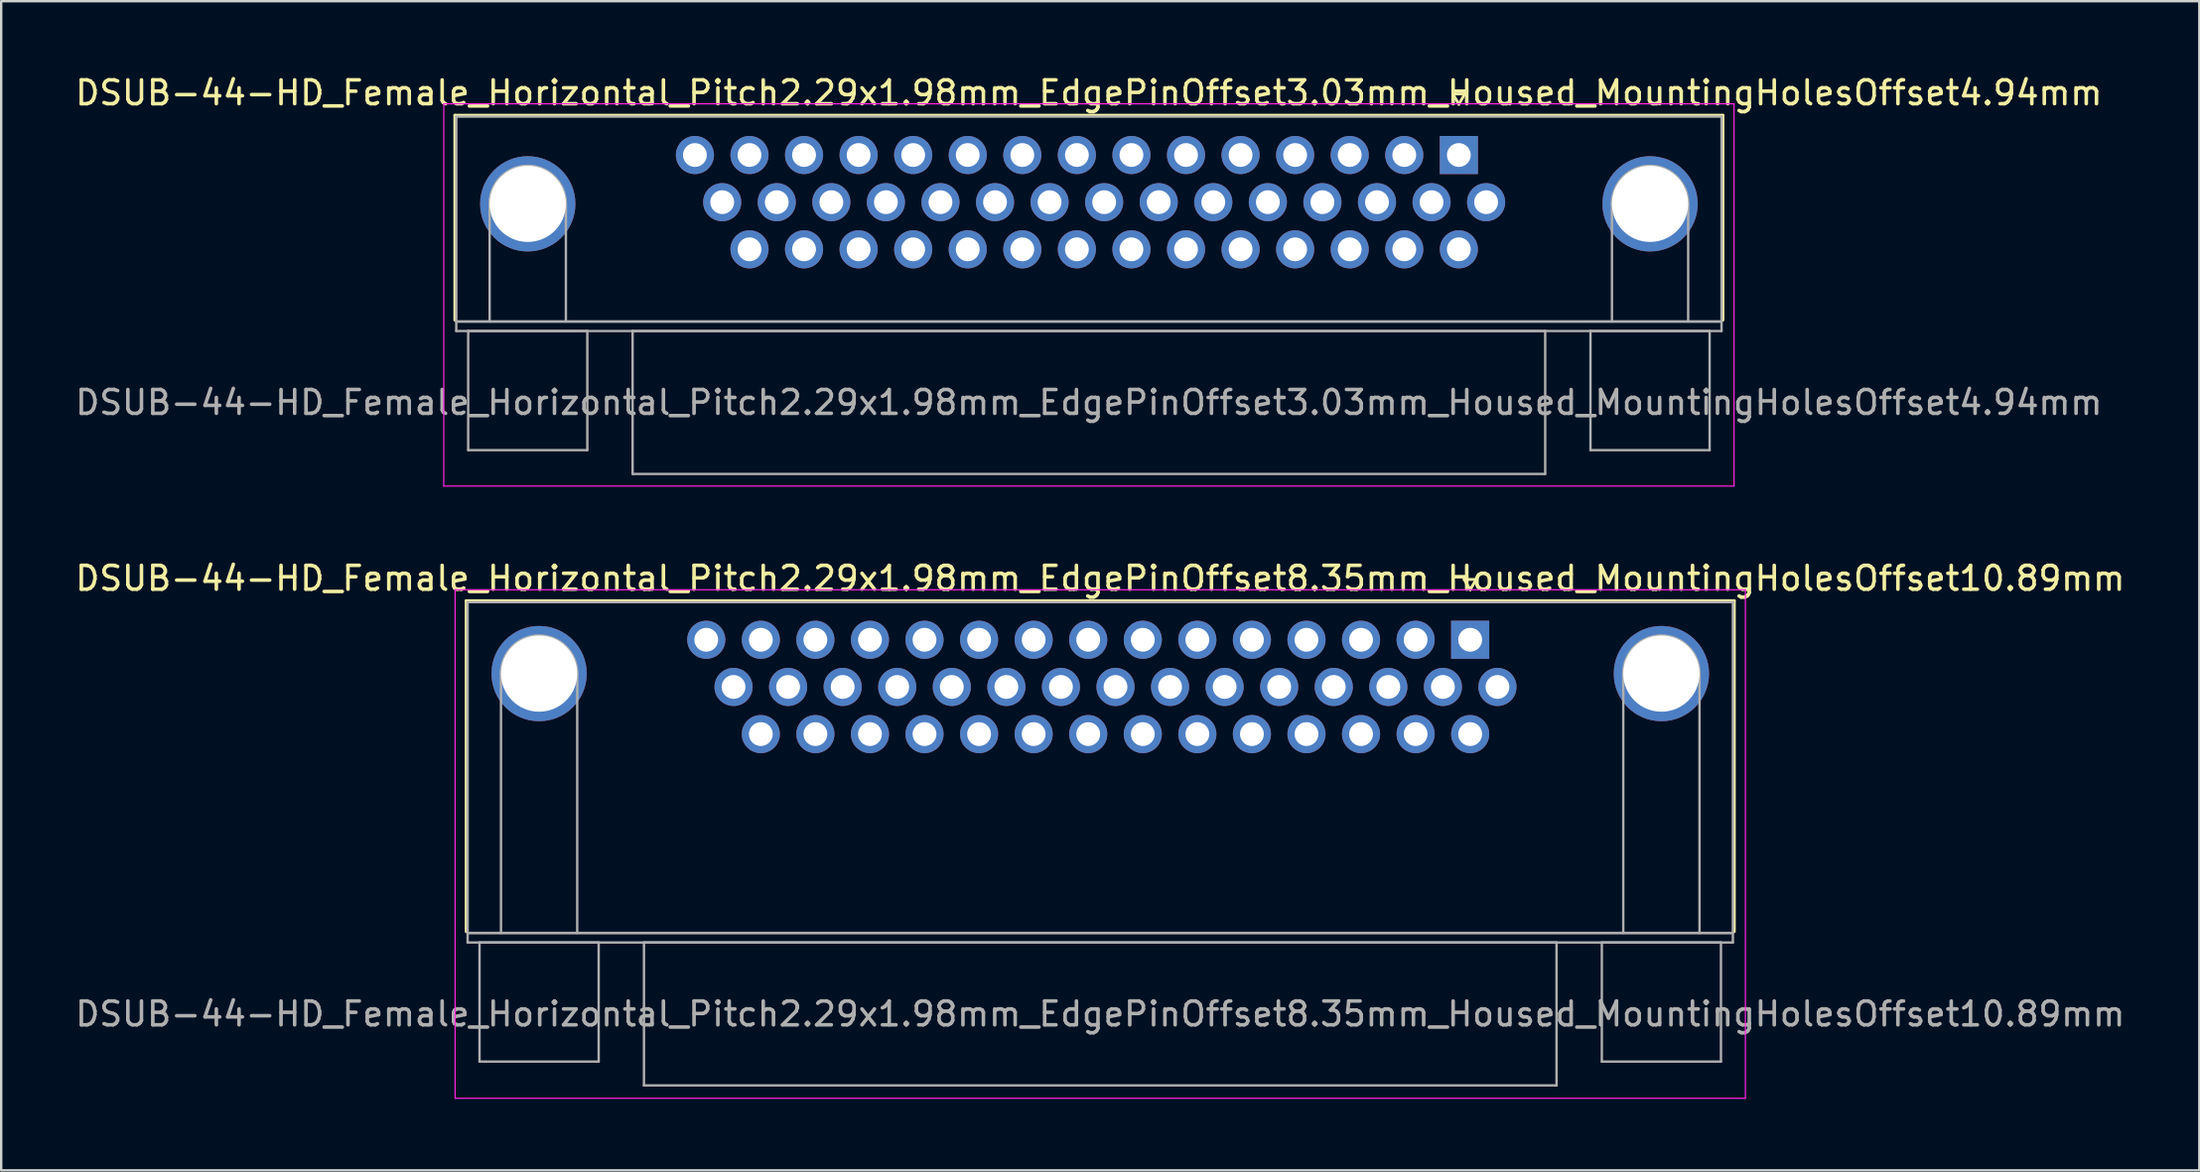
<source format=kicad_pcb>
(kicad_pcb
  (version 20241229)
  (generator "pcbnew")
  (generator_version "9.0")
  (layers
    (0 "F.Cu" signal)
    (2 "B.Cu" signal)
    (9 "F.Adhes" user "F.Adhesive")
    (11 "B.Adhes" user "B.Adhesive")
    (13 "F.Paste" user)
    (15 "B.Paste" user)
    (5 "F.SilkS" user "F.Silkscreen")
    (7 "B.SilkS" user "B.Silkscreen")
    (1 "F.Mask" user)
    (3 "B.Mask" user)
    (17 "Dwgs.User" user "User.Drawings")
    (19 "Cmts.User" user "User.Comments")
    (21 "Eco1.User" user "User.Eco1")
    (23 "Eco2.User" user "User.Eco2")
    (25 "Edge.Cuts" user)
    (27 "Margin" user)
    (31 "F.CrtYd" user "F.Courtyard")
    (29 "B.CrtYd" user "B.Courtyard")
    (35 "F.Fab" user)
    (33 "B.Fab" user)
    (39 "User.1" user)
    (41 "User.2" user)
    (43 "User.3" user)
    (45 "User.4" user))
  (footprint "DSUB-44-HD_Female_Horizontal_Pitch2.29x1.98mm_EdgePinOffset3.03mm_Housed_MountingHolesOffset4.94mm"
    (layer "F.Cu")
    (at 58.174 3.458)
    (property "Reference" "DSUB-44-HD_Female_Horizontal_Pitch2.29x1.98mm_EdgePinOffset3.03mm_Housed_MountingHolesOffset4.94mm" (at -15.525 -2.61 0) (layer "F.SilkS") (effects (font (size 1 1) (thickness 0.15))))
    (attr through_hole)
    (fp_line (start -42.135 -1.67) (end 11.085 -1.67) (stroke (width 0.12) (type solid)) (layer "F.SilkS"))
    (fp_line (start -42.135 6.93) (end -42.135 -1.67) (stroke (width 0.12) (type solid)) (layer "F.SilkS"))
    (fp_line (start -0.25 -2.564) (end 0.25 -2.564) (stroke (width 0.12) (type solid)) (layer "F.SilkS"))
    (fp_line (start 0 -2.131) (end -0.25 -2.564) (stroke (width 0.12) (type solid)) (layer "F.SilkS"))
    (fp_line (start 0.25 -2.564) (end 0 -2.131) (stroke (width 0.12) (type solid)) (layer "F.SilkS"))
    (fp_line (start 11.085 -1.67) (end 11.085 6.93) (stroke (width 0.12) (type solid)) (layer "F.SilkS"))
    (fp_line (start -42.6 -2.15) (end -42.6 13.9) (stroke (width 0.05) (type solid)) (layer "F.CrtYd"))
    (fp_line (start -42.6 13.9) (end 11.55 13.9) (stroke (width 0.05) (type solid)) (layer "F.CrtYd"))
    (fp_line (start 11.55 -2.15) (end -42.6 -2.15) (stroke (width 0.05) (type solid)) (layer "F.CrtYd"))
    (fp_line (start 11.55 13.9) (end 11.55 -2.15) (stroke (width 0.05) (type solid)) (layer "F.CrtYd"))
    (fp_line (start -42.075 -1.61) (end -42.075 6.99) (stroke (width 0.1) (type solid)) (layer "F.Fab"))
    (fp_line (start -42.075 6.99) (end -42.075 7.39) (stroke (width 0.1) (type solid)) (layer "F.Fab"))
    (fp_line (start -42.075 6.99) (end 11.025 6.99) (stroke (width 0.1) (type solid)) (layer "F.Fab"))
    (fp_line (start -42.075 7.39) (end 11.025 7.39) (stroke (width 0.1) (type solid)) (layer "F.Fab"))
    (fp_line (start -41.575 7.39) (end -41.575 12.39) (stroke (width 0.1) (type solid)) (layer "F.Fab"))
    (fp_line (start -41.575 12.39) (end -36.575 12.39) (stroke (width 0.1) (type solid)) (layer "F.Fab"))
    (fp_line (start -40.675 6.99) (end -40.675 2.05) (stroke (width 0.1) (type solid)) (layer "F.Fab"))
    (fp_line (start -37.475 6.99) (end -37.475 2.05) (stroke (width 0.1) (type solid)) (layer "F.Fab"))
    (fp_line (start -36.575 7.39) (end -41.575 7.39) (stroke (width 0.1) (type solid)) (layer "F.Fab"))
    (fp_line (start -36.575 12.39) (end -36.575 7.39) (stroke (width 0.1) (type solid)) (layer "F.Fab"))
    (fp_line (start -34.675 7.39) (end -34.675 13.39) (stroke (width 0.1) (type solid)) (layer "F.Fab"))
    (fp_line (start -34.675 13.39) (end 3.625 13.39) (stroke (width 0.1) (type solid)) (layer "F.Fab"))
    (fp_line (start 3.625 7.39) (end -34.675 7.39) (stroke (width 0.1) (type solid)) (layer "F.Fab"))
    (fp_line (start 3.625 13.39) (end 3.625 7.39) (stroke (width 0.1) (type solid)) (layer "F.Fab"))
    (fp_line (start 5.525 7.39) (end 5.525 12.39) (stroke (width 0.1) (type solid)) (layer "F.Fab"))
    (fp_line (start 5.525 12.39) (end 10.525 12.39) (stroke (width 0.1) (type solid)) (layer "F.Fab"))
    (fp_line (start 6.425 6.99) (end 6.425 2.05) (stroke (width 0.1) (type solid)) (layer "F.Fab"))
    (fp_line (start 9.625 6.99) (end 9.625 2.05) (stroke (width 0.1) (type solid)) (layer "F.Fab"))
    (fp_line (start 10.525 7.39) (end 5.525 7.39) (stroke (width 0.1) (type solid)) (layer "F.Fab"))
    (fp_line (start 10.525 12.39) (end 10.525 7.39) (stroke (width 0.1) (type solid)) (layer "F.Fab"))
    (fp_line (start 11.025 -1.61) (end -42.075 -1.61) (stroke (width 0.1) (type solid)) (layer "F.Fab"))
    (fp_line (start 11.025 6.99) (end -42.075 6.99) (stroke (width 0.1) (type solid)) (layer "F.Fab"))
    (fp_line (start 11.025 6.99) (end 11.025 -1.61) (stroke (width 0.1) (type solid)) (layer "F.Fab"))
    (fp_line (start 11.025 7.39) (end 11.025 6.99) (stroke (width 0.1) (type solid)) (layer "F.Fab"))
    (fp_arc (start -40.675 2.05) (mid -39.075 0.45) (end -37.475 2.05) (stroke (width 0.1) (type solid)) (layer "F.Fab"))
    (fp_arc (start 6.425 2.05) (mid 8.025 0.45) (end 9.625 2.05) (stroke (width 0.1) (type solid)) (layer "F.Fab"))
    (fp_text user "${REFERENCE}" (at -15.525 10.39 0) (layer "F.Fab") (effects (font (size 1 1) (thickness 0.15))))
    (pad "0" thru_hole circle (at -39.075 2.05) (size 4 4) (drill 3.2) (layers "*.Cu" "*.Mask"))
    (pad "0" thru_hole circle (at 8.025 2.05) (size 4 4) (drill 3.2) (layers "*.Cu" "*.Mask"))
    (pad "1" thru_hole rect (at 0 0) (size 1.6 1.6) (drill 1) (layers "*.Cu" "*.Mask"))
    (pad "2" thru_hole circle (at -2.29 0) (size 1.6 1.6) (drill 1) (layers "*.Cu" "*.Mask"))
    (pad "3" thru_hole circle (at -4.58 0) (size 1.6 1.6) (drill 1) (layers "*.Cu" "*.Mask"))
    (pad "4" thru_hole circle (at -6.87 0) (size 1.6 1.6) (drill 1) (layers "*.Cu" "*.Mask"))
    (pad "5" thru_hole circle (at -9.16 0) (size 1.6 1.6) (drill 1) (layers "*.Cu" "*.Mask"))
    (pad "6" thru_hole circle (at -11.45 0) (size 1.6 1.6) (drill 1) (layers "*.Cu" "*.Mask"))
    (pad "7" thru_hole circle (at -13.74 0) (size 1.6 1.6) (drill 1) (layers "*.Cu" "*.Mask"))
    (pad "8" thru_hole circle (at -16.03 0) (size 1.6 1.6) (drill 1) (layers "*.Cu" "*.Mask"))
    (pad "9" thru_hole circle (at -18.32 0) (size 1.6 1.6) (drill 1) (layers "*.Cu" "*.Mask"))
    (pad "10" thru_hole circle (at -20.61 0) (size 1.6 1.6) (drill 1) (layers "*.Cu" "*.Mask"))
    (pad "11" thru_hole circle (at -22.9 0) (size 1.6 1.6) (drill 1) (layers "*.Cu" "*.Mask"))
    (pad "12" thru_hole circle (at -25.19 0) (size 1.6 1.6) (drill 1) (layers "*.Cu" "*.Mask"))
    (pad "13" thru_hole circle (at -27.48 0) (size 1.6 1.6) (drill 1) (layers "*.Cu" "*.Mask"))
    (pad "14" thru_hole circle (at -29.77 0) (size 1.6 1.6) (drill 1) (layers "*.Cu" "*.Mask"))
    (pad "15" thru_hole circle (at -32.06 0) (size 1.6 1.6) (drill 1) (layers "*.Cu" "*.Mask"))
    (pad "16" thru_hole circle (at 1.145 1.98) (size 1.6 1.6) (drill 1) (layers "*.Cu" "*.Mask"))
    (pad "17" thru_hole circle (at -1.145 1.98) (size 1.6 1.6) (drill 1) (layers "*.Cu" "*.Mask"))
    (pad "18" thru_hole circle (at -3.435 1.98) (size 1.6 1.6) (drill 1) (layers "*.Cu" "*.Mask"))
    (pad "19" thru_hole circle (at -5.725 1.98) (size 1.6 1.6) (drill 1) (layers "*.Cu" "*.Mask"))
    (pad "20" thru_hole circle (at -8.015 1.98) (size 1.6 1.6) (drill 1) (layers "*.Cu" "*.Mask"))
    (pad "21" thru_hole circle (at -10.305 1.98) (size 1.6 1.6) (drill 1) (layers "*.Cu" "*.Mask"))
    (pad "22" thru_hole circle (at -12.595 1.98) (size 1.6 1.6) (drill 1) (layers "*.Cu" "*.Mask"))
    (pad "23" thru_hole circle (at -14.885 1.98) (size 1.6 1.6) (drill 1) (layers "*.Cu" "*.Mask"))
    (pad "24" thru_hole circle (at -17.175 1.98) (size 1.6 1.6) (drill 1) (layers "*.Cu" "*.Mask"))
    (pad "25" thru_hole circle (at -19.465 1.98) (size 1.6 1.6) (drill 1) (layers "*.Cu" "*.Mask"))
    (pad "26" thru_hole circle (at -21.755 1.98) (size 1.6 1.6) (drill 1) (layers "*.Cu" "*.Mask"))
    (pad "27" thru_hole circle (at -24.045 1.98) (size 1.6 1.6) (drill 1) (layers "*.Cu" "*.Mask"))
    (pad "28" thru_hole circle (at -26.335 1.98) (size 1.6 1.6) (drill 1) (layers "*.Cu" "*.Mask"))
    (pad "29" thru_hole circle (at -28.625 1.98) (size 1.6 1.6) (drill 1) (layers "*.Cu" "*.Mask"))
    (pad "30" thru_hole circle (at -30.915 1.98) (size 1.6 1.6) (drill 1) (layers "*.Cu" "*.Mask"))
    (pad "31" thru_hole circle (at 0 3.96) (size 1.6 1.6) (drill 1) (layers "*.Cu" "*.Mask"))
    (pad "32" thru_hole circle (at -2.29 3.96) (size 1.6 1.6) (drill 1) (layers "*.Cu" "*.Mask"))
    (pad "33" thru_hole circle (at -4.58 3.96) (size 1.6 1.6) (drill 1) (layers "*.Cu" "*.Mask"))
    (pad "34" thru_hole circle (at -6.87 3.96) (size 1.6 1.6) (drill 1) (layers "*.Cu" "*.Mask"))
    (pad "35" thru_hole circle (at -9.16 3.96) (size 1.6 1.6) (drill 1) (layers "*.Cu" "*.Mask"))
    (pad "36" thru_hole circle (at -11.45 3.96) (size 1.6 1.6) (drill 1) (layers "*.Cu" "*.Mask"))
    (pad "37" thru_hole circle (at -13.74 3.96) (size 1.6 1.6) (drill 1) (layers "*.Cu" "*.Mask"))
    (pad "38" thru_hole circle (at -16.03 3.96) (size 1.6 1.6) (drill 1) (layers "*.Cu" "*.Mask"))
    (pad "39" thru_hole circle (at -18.32 3.96) (size 1.6 1.6) (drill 1) (layers "*.Cu" "*.Mask"))
    (pad "40" thru_hole circle (at -20.61 3.96) (size 1.6 1.6) (drill 1) (layers "*.Cu" "*.Mask"))
    (pad "41" thru_hole circle (at -22.9 3.96) (size 1.6 1.6) (drill 1) (layers "*.Cu" "*.Mask"))
    (pad "42" thru_hole circle (at -25.19 3.96) (size 1.6 1.6) (drill 1) (layers "*.Cu" "*.Mask"))
    (pad "43" thru_hole circle (at -27.48 3.96) (size 1.6 1.6) (drill 1) (layers "*.Cu" "*.Mask"))
    (pad "44" thru_hole circle (at -29.77 3.96) (size 1.6 1.6) (drill 1) (layers "*.Cu" "*.Mask")))
  (footprint "DSUB-44-HD_Female_Horizontal_Pitch2.29x1.98mm_EdgePinOffset8.35mm_Housed_MountingHolesOffset10.89mm"
    (layer "F.Cu")
    (at 58.65 23.811)
    (property "Reference" "DSUB-44-HD_Female_Horizontal_Pitch2.29x1.98mm_EdgePinOffset8.35mm_Housed_MountingHolesOffset10.89mm" (at -15.525 -2.58 0) (layer "F.SilkS") (effects (font (size 1 1) (thickness 0.15))))
    (attr through_hole)
    (fp_line (start -42.135 -1.64) (end 11.085 -1.64) (stroke (width 0.12) (type solid)) (layer "F.SilkS"))
    (fp_line (start -42.135 12.25) (end -42.135 -1.64) (stroke (width 0.12) (type solid)) (layer "F.SilkS"))
    (fp_line (start -0.25 -2.534) (end 0.25 -2.534) (stroke (width 0.12) (type solid)) (layer "F.SilkS"))
    (fp_line (start 0 -2.101) (end -0.25 -2.534) (stroke (width 0.12) (type solid)) (layer "F.SilkS"))
    (fp_line (start 0.25 -2.534) (end 0 -2.101) (stroke (width 0.12) (type solid)) (layer "F.SilkS"))
    (fp_line (start 11.085 -1.64) (end 11.085 12.25) (stroke (width 0.12) (type solid)) (layer "F.SilkS"))
    (fp_line (start -42.6 -2.1) (end -42.6 19.25) (stroke (width 0.05) (type solid)) (layer "F.CrtYd"))
    (fp_line (start -42.6 19.25) (end 11.55 19.25) (stroke (width 0.05) (type solid)) (layer "F.CrtYd"))
    (fp_line (start 11.55 -2.1) (end -42.6 -2.1) (stroke (width 0.05) (type solid)) (layer "F.CrtYd"))
    (fp_line (start 11.55 19.25) (end 11.55 -2.1) (stroke (width 0.05) (type solid)) (layer "F.CrtYd"))
    (fp_line (start -42.075 -1.58) (end -42.075 12.31) (stroke (width 0.1) (type solid)) (layer "F.Fab"))
    (fp_line (start -42.075 12.31) (end -42.075 12.71) (stroke (width 0.1) (type solid)) (layer "F.Fab"))
    (fp_line (start -42.075 12.31) (end 11.025 12.31) (stroke (width 0.1) (type solid)) (layer "F.Fab"))
    (fp_line (start -42.075 12.71) (end 11.025 12.71) (stroke (width 0.1) (type solid)) (layer "F.Fab"))
    (fp_line (start -41.575 12.71) (end -41.575 17.71) (stroke (width 0.1) (type solid)) (layer "F.Fab"))
    (fp_line (start -41.575 17.71) (end -36.575 17.71) (stroke (width 0.1) (type solid)) (layer "F.Fab"))
    (fp_line (start -40.675 12.31) (end -40.675 1.42) (stroke (width 0.1) (type solid)) (layer "F.Fab"))
    (fp_line (start -37.475 12.31) (end -37.475 1.42) (stroke (width 0.1) (type solid)) (layer "F.Fab"))
    (fp_line (start -36.575 12.71) (end -41.575 12.71) (stroke (width 0.1) (type solid)) (layer "F.Fab"))
    (fp_line (start -36.575 17.71) (end -36.575 12.71) (stroke (width 0.1) (type solid)) (layer "F.Fab"))
    (fp_line (start -34.675 12.71) (end -34.675 18.71) (stroke (width 0.1) (type solid)) (layer "F.Fab"))
    (fp_line (start -34.675 18.71) (end 3.625 18.71) (stroke (width 0.1) (type solid)) (layer "F.Fab"))
    (fp_line (start 3.625 12.71) (end -34.675 12.71) (stroke (width 0.1) (type solid)) (layer "F.Fab"))
    (fp_line (start 3.625 18.71) (end 3.625 12.71) (stroke (width 0.1) (type solid)) (layer "F.Fab"))
    (fp_line (start 5.525 12.71) (end 5.525 17.71) (stroke (width 0.1) (type solid)) (layer "F.Fab"))
    (fp_line (start 5.525 17.71) (end 10.525 17.71) (stroke (width 0.1) (type solid)) (layer "F.Fab"))
    (fp_line (start 6.425 12.31) (end 6.425 1.42) (stroke (width 0.1) (type solid)) (layer "F.Fab"))
    (fp_line (start 9.625 12.31) (end 9.625 1.42) (stroke (width 0.1) (type solid)) (layer "F.Fab"))
    (fp_line (start 10.525 12.71) (end 5.525 12.71) (stroke (width 0.1) (type solid)) (layer "F.Fab"))
    (fp_line (start 10.525 17.71) (end 10.525 12.71) (stroke (width 0.1) (type solid)) (layer "F.Fab"))
    (fp_line (start 11.025 -1.58) (end -42.075 -1.58) (stroke (width 0.1) (type solid)) (layer "F.Fab"))
    (fp_line (start 11.025 12.31) (end -42.075 12.31) (stroke (width 0.1) (type solid)) (layer "F.Fab"))
    (fp_line (start 11.025 12.31) (end 11.025 -1.58) (stroke (width 0.1) (type solid)) (layer "F.Fab"))
    (fp_line (start 11.025 12.71) (end 11.025 12.31) (stroke (width 0.1) (type solid)) (layer "F.Fab"))
    (fp_arc (start -40.675 1.42) (mid -39.075 -0.18) (end -37.475 1.42) (stroke (width 0.1) (type solid)) (layer "F.Fab"))
    (fp_arc (start 6.425 1.42) (mid 8.025 -0.18) (end 9.625 1.42) (stroke (width 0.1) (type solid)) (layer "F.Fab"))
    (fp_text user "${REFERENCE}" (at -15.525 15.71 0) (layer "F.Fab") (effects (font (size 1 1) (thickness 0.15))))
    (pad "0" thru_hole circle (at -39.075 1.42) (size 4 4) (drill 3.2) (layers "*.Cu" "*.Mask"))
    (pad "0" thru_hole circle (at 8.025 1.42) (size 4 4) (drill 3.2) (layers "*.Cu" "*.Mask"))
    (pad "1" thru_hole rect (at 0 0) (size 1.6 1.6) (drill 1) (layers "*.Cu" "*.Mask"))
    (pad "2" thru_hole circle (at -2.29 0) (size 1.6 1.6) (drill 1) (layers "*.Cu" "*.Mask"))
    (pad "3" thru_hole circle (at -4.58 0) (size 1.6 1.6) (drill 1) (layers "*.Cu" "*.Mask"))
    (pad "4" thru_hole circle (at -6.87 0) (size 1.6 1.6) (drill 1) (layers "*.Cu" "*.Mask"))
    (pad "5" thru_hole circle (at -9.16 0) (size 1.6 1.6) (drill 1) (layers "*.Cu" "*.Mask"))
    (pad "6" thru_hole circle (at -11.45 0) (size 1.6 1.6) (drill 1) (layers "*.Cu" "*.Mask"))
    (pad "7" thru_hole circle (at -13.74 0) (size 1.6 1.6) (drill 1) (layers "*.Cu" "*.Mask"))
    (pad "8" thru_hole circle (at -16.03 0) (size 1.6 1.6) (drill 1) (layers "*.Cu" "*.Mask"))
    (pad "9" thru_hole circle (at -18.32 0) (size 1.6 1.6) (drill 1) (layers "*.Cu" "*.Mask"))
    (pad "10" thru_hole circle (at -20.61 0) (size 1.6 1.6) (drill 1) (layers "*.Cu" "*.Mask"))
    (pad "11" thru_hole circle (at -22.9 0) (size 1.6 1.6) (drill 1) (layers "*.Cu" "*.Mask"))
    (pad "12" thru_hole circle (at -25.19 0) (size 1.6 1.6) (drill 1) (layers "*.Cu" "*.Mask"))
    (pad "13" thru_hole circle (at -27.48 0) (size 1.6 1.6) (drill 1) (layers "*.Cu" "*.Mask"))
    (pad "14" thru_hole circle (at -29.77 0) (size 1.6 1.6) (drill 1) (layers "*.Cu" "*.Mask"))
    (pad "15" thru_hole circle (at -32.06 0) (size 1.6 1.6) (drill 1) (layers "*.Cu" "*.Mask"))
    (pad "16" thru_hole circle (at 1.145 1.98) (size 1.6 1.6) (drill 1) (layers "*.Cu" "*.Mask"))
    (pad "17" thru_hole circle (at -1.145 1.98) (size 1.6 1.6) (drill 1) (layers "*.Cu" "*.Mask"))
    (pad "18" thru_hole circle (at -3.435 1.98) (size 1.6 1.6) (drill 1) (layers "*.Cu" "*.Mask"))
    (pad "19" thru_hole circle (at -5.725 1.98) (size 1.6 1.6) (drill 1) (layers "*.Cu" "*.Mask"))
    (pad "20" thru_hole circle (at -8.015 1.98) (size 1.6 1.6) (drill 1) (layers "*.Cu" "*.Mask"))
    (pad "21" thru_hole circle (at -10.305 1.98) (size 1.6 1.6) (drill 1) (layers "*.Cu" "*.Mask"))
    (pad "22" thru_hole circle (at -12.595 1.98) (size 1.6 1.6) (drill 1) (layers "*.Cu" "*.Mask"))
    (pad "23" thru_hole circle (at -14.885 1.98) (size 1.6 1.6) (drill 1) (layers "*.Cu" "*.Mask"))
    (pad "24" thru_hole circle (at -17.175 1.98) (size 1.6 1.6) (drill 1) (layers "*.Cu" "*.Mask"))
    (pad "25" thru_hole circle (at -19.465 1.98) (size 1.6 1.6) (drill 1) (layers "*.Cu" "*.Mask"))
    (pad "26" thru_hole circle (at -21.755 1.98) (size 1.6 1.6) (drill 1) (layers "*.Cu" "*.Mask"))
    (pad "27" thru_hole circle (at -24.045 1.98) (size 1.6 1.6) (drill 1) (layers "*.Cu" "*.Mask"))
    (pad "28" thru_hole circle (at -26.335 1.98) (size 1.6 1.6) (drill 1) (layers "*.Cu" "*.Mask"))
    (pad "29" thru_hole circle (at -28.625 1.98) (size 1.6 1.6) (drill 1) (layers "*.Cu" "*.Mask"))
    (pad "30" thru_hole circle (at -30.915 1.98) (size 1.6 1.6) (drill 1) (layers "*.Cu" "*.Mask"))
    (pad "31" thru_hole circle (at 0 3.96) (size 1.6 1.6) (drill 1) (layers "*.Cu" "*.Mask"))
    (pad "32" thru_hole circle (at -2.29 3.96) (size 1.6 1.6) (drill 1) (layers "*.Cu" "*.Mask"))
    (pad "33" thru_hole circle (at -4.58 3.96) (size 1.6 1.6) (drill 1) (layers "*.Cu" "*.Mask"))
    (pad "34" thru_hole circle (at -6.87 3.96) (size 1.6 1.6) (drill 1) (layers "*.Cu" "*.Mask"))
    (pad "35" thru_hole circle (at -9.16 3.96) (size 1.6 1.6) (drill 1) (layers "*.Cu" "*.Mask"))
    (pad "36" thru_hole circle (at -11.45 3.96) (size 1.6 1.6) (drill 1) (layers "*.Cu" "*.Mask"))
    (pad "37" thru_hole circle (at -13.74 3.96) (size 1.6 1.6) (drill 1) (layers "*.Cu" "*.Mask"))
    (pad "38" thru_hole circle (at -16.03 3.96) (size 1.6 1.6) (drill 1) (layers "*.Cu" "*.Mask"))
    (pad "39" thru_hole circle (at -18.32 3.96) (size 1.6 1.6) (drill 1) (layers "*.Cu" "*.Mask"))
    (pad "40" thru_hole circle (at -20.61 3.96) (size 1.6 1.6) (drill 1) (layers "*.Cu" "*.Mask"))
    (pad "41" thru_hole circle (at -22.9 3.96) (size 1.6 1.6) (drill 1) (layers "*.Cu" "*.Mask"))
    (pad "42" thru_hole circle (at -25.19 3.96) (size 1.6 1.6) (drill 1) (layers "*.Cu" "*.Mask"))
    (pad "43" thru_hole circle (at -27.48 3.96) (size 1.6 1.6) (drill 1) (layers "*.Cu" "*.Mask"))
    (pad "44" thru_hole circle (at -29.77 3.96) (size 1.6 1.6) (drill 1) (layers "*.Cu" "*.Mask")))
  (gr_rect
    (start -3 -3)
    (end 89.25 46.087)
    (stroke (width 0.1) (type default))
    (fill no)
    (layer "Edge.Cuts")))
</source>
